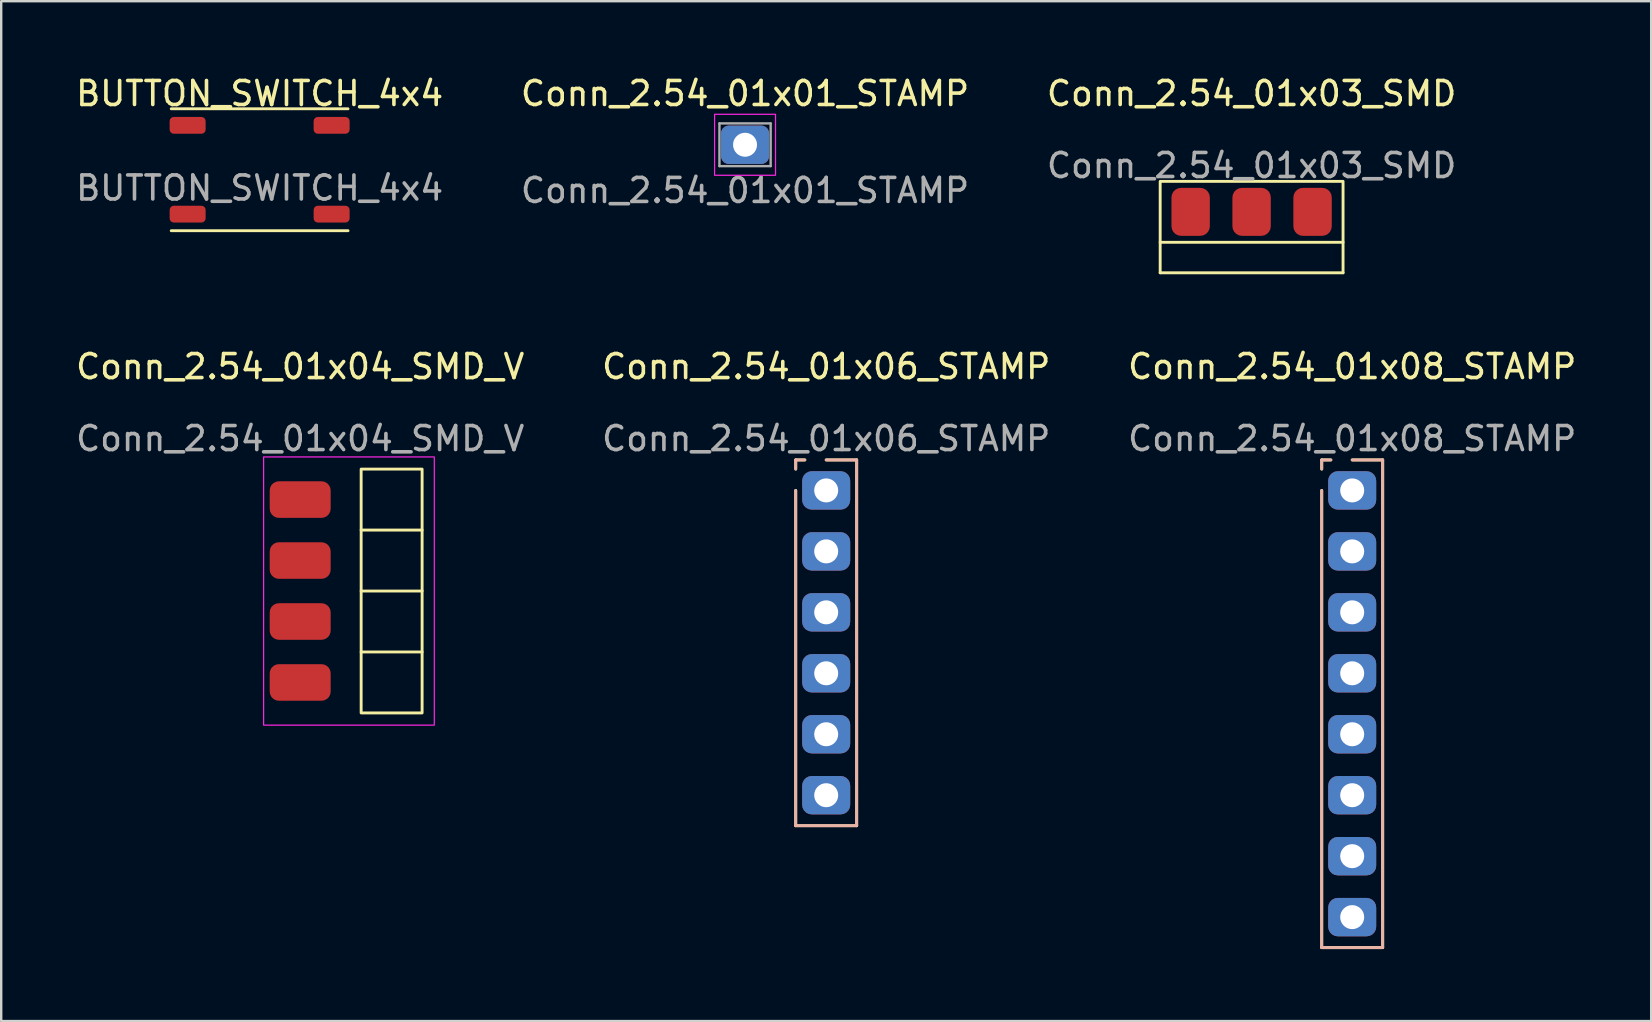
<source format=kicad_pcb>
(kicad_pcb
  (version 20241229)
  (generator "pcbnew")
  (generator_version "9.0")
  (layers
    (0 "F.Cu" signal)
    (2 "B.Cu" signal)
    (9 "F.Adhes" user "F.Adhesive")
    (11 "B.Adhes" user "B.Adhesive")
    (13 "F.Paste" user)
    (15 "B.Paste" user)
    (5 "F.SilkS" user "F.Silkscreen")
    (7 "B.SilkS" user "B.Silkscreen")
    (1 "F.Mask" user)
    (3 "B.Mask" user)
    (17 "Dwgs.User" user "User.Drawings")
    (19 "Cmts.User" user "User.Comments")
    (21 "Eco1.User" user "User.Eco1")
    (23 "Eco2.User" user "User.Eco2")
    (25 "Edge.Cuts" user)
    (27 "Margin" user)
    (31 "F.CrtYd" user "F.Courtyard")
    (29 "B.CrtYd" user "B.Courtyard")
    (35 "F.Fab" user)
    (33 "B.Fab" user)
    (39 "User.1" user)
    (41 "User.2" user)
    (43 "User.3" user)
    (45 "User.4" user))
  (footprint "Conn_2.54_01x01_STAMP"
    (layer "F.Cu")
    (at 27.994 2.982)
    (property "Reference" "Conn_2.54_01x01_STAMP" (at 0 -2.134 0) (unlocked yes) (layer "F.SilkS") (effects (font (size 1 1) (thickness 0.15))))
    (attr through_hole)
    (fp_rect (start -1.27 -1.27) (end 1.27 1.27) (stroke (width 0.05) (type solid)) (fill no) (layer "F.CrtYd"))
    (fp_line (start -1.067 -0.889) (end -1.067 0.889) (stroke (width 0.1) (type solid)) (layer "F.Fab"))
    (fp_line (start -1.067 -0.889) (end 1.067 -0.889) (stroke (width 0.1) (type solid)) (layer "F.Fab"))
    (fp_line (start 1.067 -0.889) (end 1.067 0.889) (stroke (width 0.1) (type solid)) (layer "F.Fab"))
    (fp_line (start 1.067 0.889) (end -1.067 0.889) (stroke (width 0.1) (type solid)) (layer "F.Fab"))
    (fp_text user "${REFERENCE}" (at 0 1.905 0) (unlocked yes) (layer "F.Fab") (effects (font (size 1 1) (thickness 0.15))))
    (pad "1" thru_hole roundrect (at 0 0) (size 2 1.6) (drill 1) (layers "*.Cu" "*.Mask") (roundrect_rratio 0.2)))
  (footprint "Conn_2.54_01x08_STAMP"
    (layer "F.Cu")
    (at 53.292 17.384)
    (property "Reference" "Conn_2.54_01x08_STAMP" (at 0 -5.159 0) (unlocked yes) (layer "F.SilkS") (effects (font (size 1 1) (thickness 0.15))))
    (attr through_hole)
    (fp_line (start -1.27 -1.27) (end -0.889 -1.27) (stroke (width 0.12) (type solid)) (layer "F.SilkS"))
    (fp_line (start -1.27 -0.889) (end -1.27 -1.27) (stroke (width 0.12) (type solid)) (layer "F.SilkS"))
    (fp_line (start -1.27 0) (end -1.27 19.05) (stroke (width 0.12) (type solid)) (layer "F.SilkS"))
    (fp_line (start -1.27 19.05) (end 1.27 19.05) (stroke (width 0.12) (type solid)) (layer "F.SilkS"))
    (fp_line (start 1.27 -1.27) (end 0 -1.27) (stroke (width 0.12) (type solid)) (layer "F.SilkS"))
    (fp_line (start 1.27 19.05) (end 1.27 -1.27) (stroke (width 0.12) (type solid)) (layer "F.SilkS"))
    (fp_line (start -1.27 -1.27) (end -0.889 -1.27) (stroke (width 0.12) (type solid)) (layer "B.SilkS"))
    (fp_line (start -1.27 -0.889) (end -1.27 -1.27) (stroke (width 0.12) (type solid)) (layer "B.SilkS"))
    (fp_line (start -1.27 19.05) (end -1.27 0) (stroke (width 0.12) (type solid)) (layer "B.SilkS"))
    (fp_line (start 0 -1.27) (end 1.27 -1.27) (stroke (width 0.12) (type solid)) (layer "B.SilkS"))
    (fp_line (start 1.27 -1.27) (end 1.27 19.05) (stroke (width 0.12) (type solid)) (layer "B.SilkS"))
    (fp_line (start 1.27 19.05) (end -1.27 19.05) (stroke (width 0.12) (type solid)) (layer "B.SilkS"))
    (fp_text user "${REFERENCE}" (at 0 -2.159 0) (unlocked yes) (layer "F.Fab") (effects (font (size 1 1) (thickness 0.15))))
    (pad "1" thru_hole roundrect (at 0 0) (size 2 1.6) (drill 1) (layers "*.Cu" "*.Mask") (roundrect_rratio 0.25))
    (pad "2" thru_hole roundrect (at 0 2.54) (size 2 1.6) (drill 1) (layers "*.Cu" "*.Mask") (roundrect_rratio 0.25))
    (pad "3" thru_hole roundrect (at 0 5.08) (size 2 1.6) (drill 1) (layers "*.Cu" "*.Mask") (roundrect_rratio 0.25))
    (pad "4" thru_hole roundrect (at 0 7.62) (size 2 1.6) (drill 1) (layers "*.Cu" "*.Mask") (roundrect_rratio 0.25))
    (pad "5" thru_hole roundrect (at 0 10.16) (size 2 1.6) (drill 1) (layers "*.Cu" "*.Mask") (roundrect_rratio 0.25))
    (pad "6" thru_hole roundrect (at 0 12.7) (size 2 1.6) (drill 1) (layers "*.Cu" "*.Mask") (roundrect_rratio 0.25))
    (pad "7" thru_hole roundrect (at 0 15.24) (size 2 1.6) (drill 1) (layers "*.Cu" "*.Mask") (roundrect_rratio 0.25))
    (pad "8" thru_hole roundrect (at 0 17.78) (size 2 1.6) (drill 1) (layers "*.Cu" "*.Mask") (roundrect_rratio 0.25)))
  (footprint "Conn_2.54_01x06_STAMP"
    (layer "F.Cu")
    (at 31.375 17.384)
    (property "Reference" "Conn_2.54_01x06_STAMP" (at 0 -5.159 0) (unlocked yes) (layer "F.SilkS") (effects (font (size 1 1) (thickness 0.15))))
    (attr through_hole)
    (fp_line (start -1.27 -1.27) (end -0.889 -1.27) (stroke (width 0.12) (type solid)) (layer "F.SilkS"))
    (fp_line (start -1.27 -0.889) (end -1.27 -1.27) (stroke (width 0.12) (type solid)) (layer "F.SilkS"))
    (fp_line (start -1.27 0) (end -1.27 13.97) (stroke (width 0.12) (type solid)) (layer "F.SilkS"))
    (fp_line (start -1.27 13.97) (end 1.27 13.97) (stroke (width 0.12) (type solid)) (layer "F.SilkS"))
    (fp_line (start 1.27 -1.27) (end 0 -1.27) (stroke (width 0.12) (type solid)) (layer "F.SilkS"))
    (fp_line (start 1.27 13.97) (end 1.27 -1.27) (stroke (width 0.12) (type solid)) (layer "F.SilkS"))
    (fp_line (start -1.27 -1.27) (end -0.889 -1.27) (stroke (width 0.12) (type solid)) (layer "B.SilkS"))
    (fp_line (start -1.27 -0.889) (end -1.27 -1.27) (stroke (width 0.12) (type solid)) (layer "B.SilkS"))
    (fp_line (start -1.27 13.97) (end -1.27 0) (stroke (width 0.12) (type solid)) (layer "B.SilkS"))
    (fp_line (start 0 -1.27) (end 1.27 -1.27) (stroke (width 0.12) (type solid)) (layer "B.SilkS"))
    (fp_line (start 1.27 -1.27) (end 1.27 13.97) (stroke (width 0.12) (type solid)) (layer "B.SilkS"))
    (fp_line (start 1.27 13.97) (end -1.27 13.97) (stroke (width 0.12) (type solid)) (layer "B.SilkS"))
    (fp_text user "${REFERENCE}" (at 0 -2.159 0) (unlocked yes) (layer "F.Fab") (effects (font (size 1 1) (thickness 0.15))))
    (pad "1" thru_hole roundrect (at 0 0) (size 2 1.6) (drill 1) (layers "*.Cu" "*.Mask") (roundrect_rratio 0.25))
    (pad "2" thru_hole roundrect (at 0 2.54) (size 2 1.6) (drill 1) (layers "*.Cu" "*.Mask") (roundrect_rratio 0.25))
    (pad "3" thru_hole roundrect (at 0 5.08) (size 2 1.6) (drill 1) (layers "*.Cu" "*.Mask") (roundrect_rratio 0.25))
    (pad "4" thru_hole roundrect (at 0 7.62) (size 2 1.6) (drill 1) (layers "*.Cu" "*.Mask") (roundrect_rratio 0.25))
    (pad "5" thru_hole roundrect (at 0 10.16) (size 2 1.6) (drill 1) (layers "*.Cu" "*.Mask") (roundrect_rratio 0.25))
    (pad "6" thru_hole roundrect (at 0 12.7) (size 2 1.6) (drill 1) (layers "*.Cu" "*.Mask") (roundrect_rratio 0.25)))
  (footprint "BUTTON_SWITCH_4x4"
    (layer "F.Cu")
    (at 7.768 4.023)
    (property "Reference" "BUTTON_SWITCH_4x4" (at 0 -3.175 0) (unlocked yes) (layer "F.SilkS") (effects (font (size 1 1) (thickness 0.15))))
    (attr smd)
    (fp_line (start -3.683 -2.54) (end 3.683 -2.54) (stroke (width 0.12) (type solid)) (layer "F.SilkS"))
    (fp_line (start -3.683 2.54) (end 3.683 2.54) (stroke (width 0.12) (type solid)) (layer "F.SilkS"))
    (fp_text user "${REFERENCE}" (at 0 0.762 0) (unlocked yes) (layer "F.Fab") (effects (font (size 1 1) (thickness 0.15))))
    (pad "1" smd roundrect (at -3 -1.85) (size 1.5 0.7) (layers "F.Cu" "F.Mask" "F.Paste") (roundrect_rratio 0.25))
    (pad "1" smd roundrect (at 3 -1.85) (size 1.5 0.7) (layers "F.Cu" "F.Mask" "F.Paste") (roundrect_rratio 0.25))
    (pad "2" smd roundrect (at -3 1.85) (size 1.5 0.7) (layers "F.Cu" "F.Mask" "F.Paste") (roundrect_rratio 0.25))
    (pad "2" smd roundrect (at 3 1.85) (size 1.5 0.7) (layers "F.Cu" "F.Mask" "F.Paste") (roundrect_rratio 0.25)))
  (footprint "Conn_2.54_01x04_SMD_V"
    (layer "F.Cu")
    (at 9.458 21.576)
    (property "Reference" "Conn_2.54_01x04_SMD_V" (at 0 -9.35 0) (unlocked yes) (layer "F.SilkS") (effects (font (size 1 1) (thickness 0.15))))
    (attr smd)
    (fp_line (start 2.54 -2.54) (end 5.08 -2.54) (stroke (width 0.12) (type default)) (layer "F.SilkS"))
    (fp_line (start 2.54 0) (end 5.08 0) (stroke (width 0.12) (type default)) (layer "F.SilkS"))
    (fp_line (start 2.54 2.54) (end 5.08 2.54) (stroke (width 0.12) (type default)) (layer "F.SilkS"))
    (fp_rect (start 2.54 -5.08) (end 5.08 5.08) (stroke (width 0.12) (type default)) (fill no) (layer "F.SilkS"))
    (fp_rect (start -1.524 -5.588) (end 5.588 5.588) (stroke (width 0.05) (type default)) (fill no) (layer "F.CrtYd"))
    (fp_text user "${REFERENCE}" (at 0 -6.35 0) (unlocked yes) (layer "F.Fab") (effects (font (size 1 1) (thickness 0.15))))
    (pad "1" smd roundrect (at 0 -3.81) (size 2.54 1.524) (layers "F.Cu" "F.Mask" "F.Paste") (roundrect_rratio 0.25))
    (pad "2" smd roundrect (at 0 -1.27) (size 2.54 1.524) (layers "F.Cu" "F.Mask" "F.Paste") (roundrect_rratio 0.25))
    (pad "3" smd roundrect (at 0 1.27) (size 2.54 1.524) (layers "F.Cu" "F.Mask" "F.Paste") (roundrect_rratio 0.25))
    (pad "4" smd roundrect (at 0 3.81) (size 2.54 1.524) (layers "F.Cu" "F.Mask" "F.Paste") (roundrect_rratio 0.25)))
  (footprint "Conn_2.54_01x03_SMD"
    (layer "F.Cu")
    (at 49.101 5.777)
    (property "Reference" "Conn_2.54_01x03_SMD" (at 0 -4.929 0) (unlocked yes) (layer "F.SilkS") (effects (font (size 1 1) (thickness 0.15))))
    (attr smd)
    (fp_line (start -3.81 1.27) (end -3.81 2.54) (stroke (width 0.12) (type solid)) (layer "F.SilkS"))
    (fp_line (start -3.81 2.54) (end 3.81 2.54) (stroke (width 0.12) (type solid)) (layer "F.SilkS"))
    (fp_line (start 3.81 2.54) (end 3.81 1.27) (stroke (width 0.12) (type solid)) (layer "F.SilkS"))
    (fp_rect (start -3.81 1.27) (end 3.81 -1.27) (stroke (width 0.12) (type solid)) (fill no) (layer "F.SilkS"))
    (fp_text user "${REFERENCE}" (at 0 -1.929 0) (unlocked yes) (layer "F.Fab") (effects (font (size 1 1) (thickness 0.15))))
    (pad "1" smd roundrect (at -2.54 0) (size 1.6 2) (layers "F.Cu" "F.Mask" "F.Paste") (roundrect_rratio 0.25))
    (pad "2" smd roundrect (at 0 0) (size 1.6 2) (layers "F.Cu" "F.Mask" "F.Paste") (roundrect_rratio 0.25))
    (pad "3" smd roundrect (at 2.54 0) (size 1.6 2) (layers "F.Cu" "F.Mask" "F.Paste") (roundrect_rratio 0.25)))
  (gr_rect
    (start -3 -3)
    (end 65.75 39.495)
    (stroke (width 0.1) (type default))
    (fill no)
    (layer "Edge.Cuts")))
</source>
